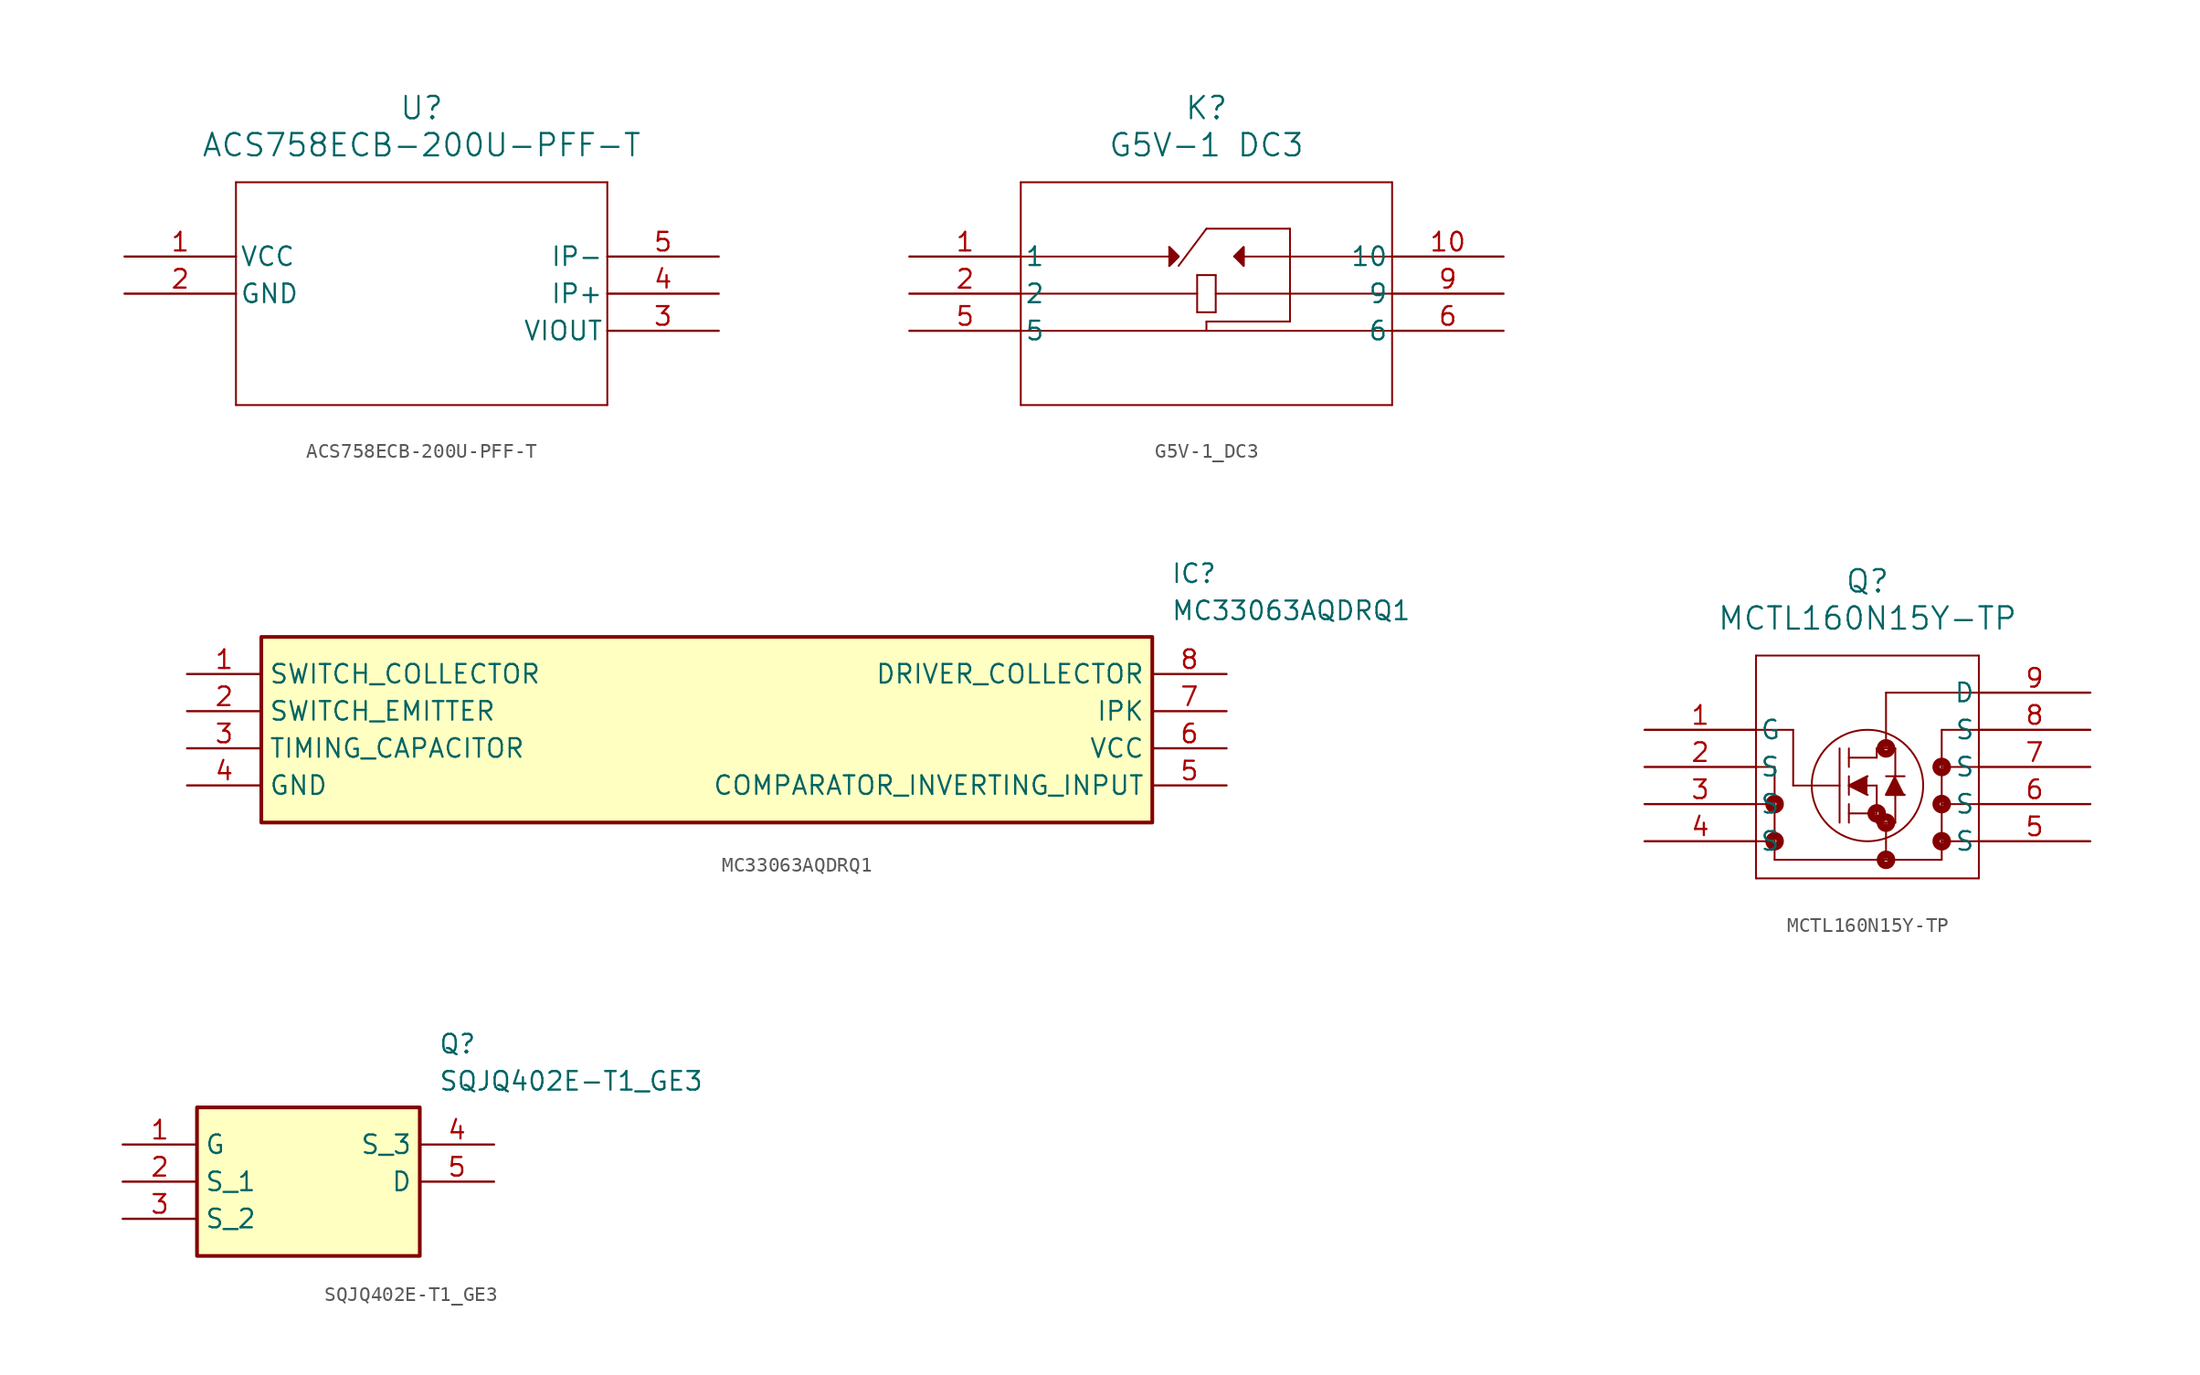
<source format=kicad_sym>
(kicad_symbol_lib
  (version 20231120)
  (generator "kicad_symbol_editor")
  (generator_version "8.0")
  (symbol "ACS758ECB-200U-PFF-T"
    (pin_names
      (offset 0.254))
    (property "Reference" "U"
      (at 20.32 10.16 0)
      (effects (font (size 1.524 1.524))))
    (property "Value" "ACS758ECB-200U-PFF-T"
      (at 20.32 7.62 0)
      (effects (font (size 1.524 1.524))))
    (property "ki_locked" ""
      (at 0 0 0)
      (effects (font (size 1.27 1.27))))
    (symbol "ACS758ECB-200U-PFF-T_0_1"
      (polyline (pts (xy 7.62 -10.16) (xy 33.02 -10.16)) (stroke (width 0.127) (type default)) (fill (type none)))
      (polyline (pts (xy 7.62 5.08) (xy 7.62 -10.16)) (stroke (width 0.127) (type default)) (fill (type none)))
      (polyline (pts (xy 33.02 -10.16) (xy 33.02 5.08)) (stroke (width 0.127) (type default)) (fill (type none)))
      (polyline (pts (xy 33.02 5.08) (xy 7.62 5.08)) (stroke (width 0.127) (type default)) (fill (type none))))
    (symbol "ACS758ECB-200U-PFF-T_1_1"
      (pin unspecified line (at 0 0 0) (length 7.62) (name "VCC" (effects (font (size 1.27 1.27)))) (number "1" (effects (font (size 1.27 1.27)))))
      (pin unspecified line (at 0 -2.54 0) (length 7.62) (name "GND" (effects (font (size 1.27 1.27)))) (number "2" (effects (font (size 1.27 1.27)))))
      (pin unspecified line (at 40.64 -5.08 180) (length 7.62) (name "VIOUT" (effects (font (size 1.27 1.27)))) (number "3" (effects (font (size 1.27 1.27)))))
      (pin unspecified line (at 40.64 -2.54 180) (length 7.62) (name "IP+" (effects (font (size 1.27 1.27)))) (number "4" (effects (font (size 1.27 1.27)))))
      (pin unspecified line (at 40.64 0 180) (length 7.62) (name "IP-" (effects (font (size 1.27 1.27)))) (number "5" (effects (font (size 1.27 1.27)))))))
  (symbol "G5V-1_DC3"
    (pin_names
      (offset 0.254))
    (property "Reference" "K"
      (at 20.32 10.16 0)
      (effects (font (size 1.524 1.524))))
    (property "Value" "G5V-1 DC3"
      (at 20.32 7.62 0)
      (effects (font (size 1.524 1.524))))
    (property "ki_locked" ""
      (at 0 0 0)
      (effects (font (size 1.27 1.27))))
    (symbol "G5V-1_DC3_0_1"
      (polyline (pts (xy 7.62 -10.16) (xy 33.02 -10.16)) (stroke (width 0.127) (type default)) (fill (type none)))
      (polyline (pts (xy 7.62 -5.08) (xy 33.02 -5.08)) (stroke (width 0.127) (type default)) (fill (type none)))
      (polyline (pts (xy 7.62 -2.54) (xy 19.685 -2.54)) (stroke (width 0.127) (type default)) (fill (type none)))
      (polyline (pts (xy 7.62 5.08) (xy 7.62 -10.16)) (stroke (width 0.127) (type default)) (fill (type none)))
      (polyline (pts (xy 17.78 -0.635) (xy 17.78 0.635)) (stroke (width 0.127) (type default)) (fill (type none)))
      (polyline (pts (xy 17.78 -0.635) (xy 18.415 0)) (stroke (width 0.127) (type default)) (fill (type none)))
      (polyline (pts (xy 17.78 0) (xy 7.62 0)) (stroke (width 0.127) (type default)) (fill (type none)))
      (polyline (pts (xy 18.415 -0.635) (xy 20.32 1.905)) (stroke (width 0.127) (type default)) (fill (type none)))
      (polyline (pts (xy 18.415 0) (xy 17.78 0.635)) (stroke (width 0.127) (type default)) (fill (type none)))
      (polyline (pts (xy 19.685 -3.81) (xy 20.955 -3.81)) (stroke (width 0.127) (type default)) (fill (type none)))
      (polyline (pts (xy 19.685 -1.27) (xy 19.685 -3.81)) (stroke (width 0.127) (type default)) (fill (type none)))
      (polyline (pts (xy 19.685 -1.27) (xy 20.955 -1.27)) (stroke (width 0.127) (type default)) (fill (type none)))
      (polyline (pts (xy 20.32 -4.445) (xy 20.32 -5.08)) (stroke (width 0.127) (type default)) (fill (type none)))
      (polyline (pts (xy 20.32 1.905) (xy 26.035 1.905)) (stroke (width 0.127) (type default)) (fill (type none)))
      (polyline (pts (xy 20.955 -3.81) (xy 20.955 -1.27)) (stroke (width 0.127) (type default)) (fill (type none)))
      (polyline (pts (xy 20.955 -2.54) (xy 33.02 -2.54)) (stroke (width 0.127) (type default)) (fill (type none)))
      (polyline (pts (xy 22.225 0) (xy 22.86 -0.635)) (stroke (width 0.127) (type default)) (fill (type none)))
      (polyline (pts (xy 22.225 0) (xy 22.86 0.635)) (stroke (width 0.127) (type default)) (fill (type none)))
      (polyline (pts (xy 22.86 -0.635) (xy 22.86 0.635)) (stroke (width 0.127) (type default)) (fill (type none)))
      (polyline (pts (xy 22.86 0) (xy 33.02 0)) (stroke (width 0.127) (type default)) (fill (type none)))
      (polyline (pts (xy 26.035 -4.445) (xy 20.32 -4.445)) (stroke (width 0.127) (type default)) (fill (type none)))
      (polyline (pts (xy 26.035 1.905) (xy 26.035 -4.445)) (stroke (width 0.127) (type default)) (fill (type none)))
      (polyline (pts (xy 33.02 -10.16) (xy 33.02 5.08)) (stroke (width 0.127) (type default)) (fill (type none)))
      (polyline (pts (xy 33.02 5.08) (xy 7.62 5.08)) (stroke (width 0.127) (type default)) (fill (type none)))
      (polyline (pts (xy 17.78 0.635) (xy 18.415 0) (xy 17.78 -0.635)) (stroke (width 0) (type default)) (fill (type outline)))
      (polyline (pts (xy 22.225 0) (xy 22.86 0.635) (xy 22.86 -0.635)) (stroke (width 0) (type default)) (fill (type outline)))
      (pin unspecified line (at 0 0 0) (length 7.62) (name "1" (effects (font (size 1.27 1.27)))) (number "1" (effects (font (size 1.27 1.27)))))
      (pin unspecified line (at 40.64 0 180) (length 7.62) (name "10" (effects (font (size 1.27 1.27)))) (number "10" (effects (font (size 1.27 1.27)))))
      (pin unspecified line (at 0 -2.54 0) (length 7.62) (name "2" (effects (font (size 1.27 1.27)))) (number "2" (effects (font (size 1.27 1.27)))))
      (pin unspecified line (at 0 -5.08 0) (length 7.62) (name "5" (effects (font (size 1.27 1.27)))) (number "5" (effects (font (size 1.27 1.27)))))
      (pin unspecified line (at 40.64 -5.08 180) (length 7.62) (name "6" (effects (font (size 1.27 1.27)))) (number "6" (effects (font (size 1.27 1.27)))))
      (pin unspecified line (at 40.64 -2.54 180) (length 7.62) (name "9" (effects (font (size 1.27 1.27)))) (number "9" (effects (font (size 1.27 1.27)))))))
  (symbol "MC33063AQDRQ1"
    (property "Reference" "IC"
      (at 67.31 7.62 0)
      (effects (font (size 1.27 1.27)) (justify left top)))
    (property "Value" "MC33063AQDRQ1"
      (at 67.31 5.08 0)
      (effects (font (size 1.27 1.27)) (justify left top)))
    (symbol "MC33063AQDRQ1_1_1"
      (rectangle (start 5.08 2.54) (end 66.04 -10.16) (stroke (width 0.254) (type default)) (fill (type background)))
      (pin passive line (at 0 0 0) (length 5.08) (name "SWITCH_COLLECTOR" (effects (font (size 1.27 1.27)))) (number "1" (effects (font (size 1.27 1.27)))))
      (pin passive line (at 0 -2.54 0) (length 5.08) (name "SWITCH_EMITTER" (effects (font (size 1.27 1.27)))) (number "2" (effects (font (size 1.27 1.27)))))
      (pin passive line (at 0 -5.08 0) (length 5.08) (name "TIMING_CAPACITOR" (effects (font (size 1.27 1.27)))) (number "3" (effects (font (size 1.27 1.27)))))
      (pin passive line (at 0 -7.62 0) (length 5.08) (name "GND" (effects (font (size 1.27 1.27)))) (number "4" (effects (font (size 1.27 1.27)))))
      (pin passive line (at 71.12 -7.62 180) (length 5.08) (name "COMPARATOR_INVERTING_INPUT" (effects (font (size 1.27 1.27)))) (number "5" (effects (font (size 1.27 1.27)))))
      (pin passive line (at 71.12 -5.08 180) (length 5.08) (name "VCC" (effects (font (size 1.27 1.27)))) (number "6" (effects (font (size 1.27 1.27)))))
      (pin passive line (at 71.12 -2.54 180) (length 5.08) (name "IPK" (effects (font (size 1.27 1.27)))) (number "7" (effects (font (size 1.27 1.27)))))
      (pin passive line (at 71.12 0 180) (length 5.08) (name "DRIVER_COLLECTOR" (effects (font (size 1.27 1.27)))) (number "8" (effects (font (size 1.27 1.27)))))))
  (symbol "MCTL160N15Y-TP"
    (pin_names
      (offset 0.254))
    (property "Reference" "Q"
      (at 15.24 10.16 0)
      (effects (font (size 1.524 1.524))))
    (property "Value" "MCTL160N15Y-TP"
      (at 15.24 7.62 0)
      (effects (font (size 1.524 1.524))))
    (property "ki_locked" ""
      (at 0 0 0)
      (effects (font (size 1.27 1.27))))
    (symbol "MCTL160N15Y-TP_0_1"
      (polyline (pts (xy 7.62 -10.16) (xy 22.86 -10.16)) (stroke (width 0.127) (type default)) (fill (type none)))
      (polyline (pts (xy 7.62 -7.62) (xy 8.89 -7.62)) (stroke (width 0.127) (type default)) (fill (type none)))
      (polyline (pts (xy 7.62 -5.08) (xy 8.89 -5.08)) (stroke (width 0.127) (type default)) (fill (type none)))
      (polyline (pts (xy 7.62 -2.54) (xy 8.89 -2.54)) (stroke (width 0.127) (type default)) (fill (type none)))
      (polyline (pts (xy 7.62 0) (xy 10.16 0)) (stroke (width 0.127) (type default)) (fill (type none)))
      (polyline (pts (xy 7.62 5.08) (xy 7.62 -10.16)) (stroke (width 0.127) (type default)) (fill (type none)))
      (polyline (pts (xy 8.89 -8.89) (xy 20.32 -8.89)) (stroke (width 0.127) (type default)) (fill (type none)))
      (polyline (pts (xy 8.89 -2.54) (xy 8.89 -8.89)) (stroke (width 0.127) (type default)) (fill (type none)))
      (polyline (pts (xy 10.16 -3.81) (xy 13.335 -3.81)) (stroke (width 0.127) (type default)) (fill (type none)))
      (polyline (pts (xy 10.16 0) (xy 10.16 -3.81)) (stroke (width 0.127) (type default)) (fill (type none)))
      (polyline (pts (xy 13.335 -6.35) (xy 13.335 -1.27)) (stroke (width 0.127) (type default)) (fill (type none)))
      (polyline (pts (xy 13.97 -6.35) (xy 13.97 -5.08)) (stroke (width 0.127) (type default)) (fill (type none)))
      (polyline (pts (xy 13.97 -5.715) (xy 15.875 -5.715)) (stroke (width 0.127) (type default)) (fill (type none)))
      (polyline (pts (xy 13.97 -4.445) (xy 13.97 -3.175)) (stroke (width 0.127) (type default)) (fill (type none)))
      (polyline (pts (xy 13.97 -2.54) (xy 13.97 -1.27)) (stroke (width 0.127) (type default)) (fill (type none)))
      (polyline (pts (xy 13.97 -1.905) (xy 15.875 -1.905)) (stroke (width 0.127) (type default)) (fill (type none)))
      (polyline (pts (xy 14.986 -3.81) (xy 15.875 -3.81)) (stroke (width 0.127) (type default)) (fill (type none)))
      (polyline (pts (xy 15.875 -6.35) (xy 15.875 -3.81)) (stroke (width 0.127) (type default)) (fill (type none)))
      (polyline (pts (xy 15.875 -6.35) (xy 17.145 -6.35)) (stroke (width 0.127) (type default)) (fill (type none)))
      (polyline (pts (xy 15.875 -1.905) (xy 15.875 -1.27)) (stroke (width 0.127) (type default)) (fill (type none)))
      (polyline (pts (xy 15.875 -1.27) (xy 17.145 -1.27)) (stroke (width 0.127) (type default)) (fill (type none)))
      (polyline (pts (xy 16.51 -8.89) (xy 16.51 -6.35)) (stroke (width 0.127) (type default)) (fill (type none)))
      (polyline (pts (xy 16.51 2.54) (xy 16.51 -1.27)) (stroke (width 0.127) (type default)) (fill (type none)))
      (polyline (pts (xy 17.145 -6.35) (xy 17.145 -4.445)) (stroke (width 0.127) (type default)) (fill (type none)))
      (polyline (pts (xy 17.145 -3.175) (xy 17.145 -1.27)) (stroke (width 0.127) (type default)) (fill (type none)))
      (polyline (pts (xy 17.78 -3.175) (xy 16.51 -3.175)) (stroke (width 0.127) (type default)) (fill (type none)))
      (polyline (pts (xy 20.32 -8.89) (xy 20.32 0)) (stroke (width 0.127) (type default)) (fill (type none)))
      (polyline (pts (xy 22.86 -10.16) (xy 22.86 5.08)) (stroke (width 0.127) (type default)) (fill (type none)))
      (polyline (pts (xy 22.86 -7.62) (xy 20.32 -7.62)) (stroke (width 0.127) (type default)) (fill (type none)))
      (polyline (pts (xy 22.86 -5.08) (xy 20.32 -5.08)) (stroke (width 0.127) (type default)) (fill (type none)))
      (polyline (pts (xy 22.86 -2.54) (xy 20.32 -2.54)) (stroke (width 0.127) (type default)) (fill (type none)))
      (polyline (pts (xy 22.86 0) (xy 20.32 0)) (stroke (width 0.127) (type default)) (fill (type none)))
      (polyline (pts (xy 22.86 2.54) (xy 16.51 2.54)) (stroke (width 0.127) (type default)) (fill (type none)))
      (polyline (pts (xy 22.86 5.08) (xy 7.62 5.08)) (stroke (width 0.127) (type default)) (fill (type none)))
      (polyline (pts (xy 15.24 -3.175) (xy 13.97 -3.81) (xy 15.24 -4.445)) (stroke (width 0) (type default)) (fill (type outline)))
      (polyline (pts (xy 17.78 -4.445) (xy 16.51 -4.445) (xy 17.145 -3.175)) (stroke (width 0) (type default)) (fill (type outline)))
      (circle (center 8.89 -7.62) (radius 0.127) (stroke (width 0.508) (type default)) (fill (type none)))
      (circle (center 8.89 -5.08) (radius 0.127) (stroke (width 0.508) (type default)) (fill (type none)))
      (circle (center 15.24 -3.81) (radius 3.81) (stroke (width 0.127) (type default)) (fill (type none)))
      (circle (center 15.875 -5.715) (radius 0.127) (stroke (width 0.508) (type default)) (fill (type none)))
      (circle (center 16.51 -8.89) (radius 0.127) (stroke (width 0.508) (type default)) (fill (type none)))
      (circle (center 16.51 -6.35) (radius 0.127) (stroke (width 0.508) (type default)) (fill (type none)))
      (circle (center 16.51 -1.27) (radius 0.127) (stroke (width 0.508) (type default)) (fill (type none)))
      (circle (center 20.32 -7.62) (radius 0.127) (stroke (width 0.508) (type default)) (fill (type none)))
      (circle (center 20.32 -5.08) (radius 0.127) (stroke (width 0.508) (type default)) (fill (type none)))
      (circle (center 20.32 -2.54) (radius 0.127) (stroke (width 0.508) (type default)) (fill (type none))))
    (symbol "MCTL160N15Y-TP_1_1"
      (pin unspecified line (at 0 0 0) (length 7.62) (name "G" (effects (font (size 1.27 1.27)))) (number "1" (effects (font (size 1.27 1.27)))))
      (pin unspecified line (at 0 -2.54 0) (length 7.62) (name "S" (effects (font (size 1.27 1.27)))) (number "2" (effects (font (size 1.27 1.27)))))
      (pin unspecified line (at 0 -5.08 0) (length 7.62) (name "S" (effects (font (size 1.27 1.27)))) (number "3" (effects (font (size 1.27 1.27)))))
      (pin unspecified line (at 0 -7.62 0) (length 7.62) (name "S" (effects (font (size 1.27 1.27)))) (number "4" (effects (font (size 1.27 1.27)))))
      (pin unspecified line (at 30.48 -7.62 180) (length 7.62) (name "S" (effects (font (size 1.27 1.27)))) (number "5" (effects (font (size 1.27 1.27)))))
      (pin unspecified line (at 30.48 -5.08 180) (length 7.62) (name "S" (effects (font (size 1.27 1.27)))) (number "6" (effects (font (size 1.27 1.27)))))
      (pin unspecified line (at 30.48 -2.54 180) (length 7.62) (name "S" (effects (font (size 1.27 1.27)))) (number "7" (effects (font (size 1.27 1.27)))))
      (pin unspecified line (at 30.48 0 180) (length 7.62) (name "S" (effects (font (size 1.27 1.27)))) (number "8" (effects (font (size 1.27 1.27)))))
      (pin unspecified line (at 30.48 2.54 180) (length 7.62) (name "D" (effects (font (size 1.27 1.27)))) (number "9" (effects (font (size 1.27 1.27)))))))
  (symbol "SQJQ402E-T1_GE3"
    (property "Reference" "Q"
      (at 21.59 7.62 0)
      (effects (font (size 1.27 1.27)) (justify left top)))
    (property "Value" "SQJQ402E-T1_GE3"
      (at 21.59 5.08 0)
      (effects (font (size 1.27 1.27)) (justify left top)))
    (symbol "SQJQ402E-T1_GE3_1_1"
      (rectangle (start 5.08 2.54) (end 20.32 -7.62) (stroke (width 0.254) (type default)) (fill (type background)))
      (pin passive line (at 0 0 0) (length 5.08) (name "G" (effects (font (size 1.27 1.27)))) (number "1" (effects (font (size 1.27 1.27)))))
      (pin passive line (at 0 -2.54 0) (length 5.08) (name "S_1" (effects (font (size 1.27 1.27)))) (number "2" (effects (font (size 1.27 1.27)))))
      (pin passive line (at 0 -5.08 0) (length 5.08) (name "S_2" (effects (font (size 1.27 1.27)))) (number "3" (effects (font (size 1.27 1.27)))))
      (pin passive line (at 25.4 0 180) (length 5.08) (name "S_3" (effects (font (size 1.27 1.27)))) (number "4" (effects (font (size 1.27 1.27)))))
      (pin passive line (at 25.4 -2.54 180) (length 5.08) (name "D" (effects (font (size 1.27 1.27)))) (number "5" (effects (font (size 1.27 1.27))))))))
</source>
